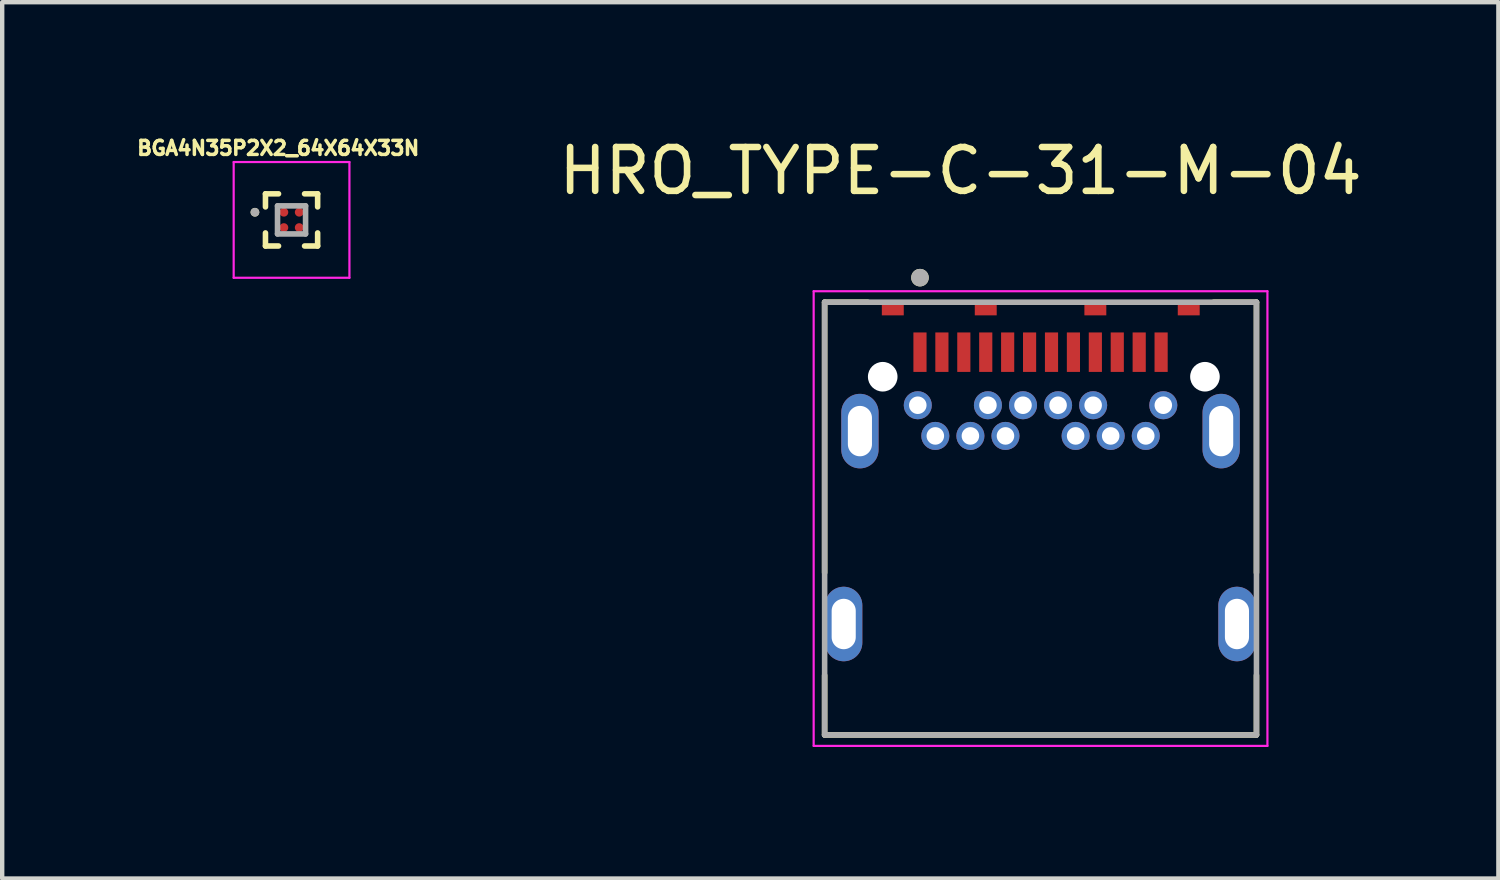
<source format=kicad_pcb>
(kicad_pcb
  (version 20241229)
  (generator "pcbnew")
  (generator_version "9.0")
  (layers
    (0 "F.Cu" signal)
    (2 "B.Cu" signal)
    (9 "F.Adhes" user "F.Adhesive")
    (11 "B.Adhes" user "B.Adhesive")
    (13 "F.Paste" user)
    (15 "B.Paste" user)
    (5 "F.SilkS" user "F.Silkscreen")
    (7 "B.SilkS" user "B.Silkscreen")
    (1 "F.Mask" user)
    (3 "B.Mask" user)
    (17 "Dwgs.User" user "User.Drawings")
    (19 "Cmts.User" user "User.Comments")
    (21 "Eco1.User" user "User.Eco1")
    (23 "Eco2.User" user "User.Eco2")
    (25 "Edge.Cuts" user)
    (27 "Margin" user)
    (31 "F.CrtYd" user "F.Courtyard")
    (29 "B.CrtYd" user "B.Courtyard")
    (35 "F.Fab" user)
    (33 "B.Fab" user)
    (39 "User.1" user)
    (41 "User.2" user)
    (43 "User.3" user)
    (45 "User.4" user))
  (footprint "HRO_TYPE-C-31-M-04"
    (layer "F.Cu")
    (at 20.684 4.983)
    (property "Reference" "HRO_TYPE-C-31-M-04" (at -1.825 -4.135 0) (layer "F.SilkS") (effects (font (size 1 1) (thickness 0.15))))
    (attr through_hole)
    (fp_line (start -4.925 5.03) (end -4.925 -1.14) (stroke (width 0.127) (type solid)) (layer "F.SilkS"))
    (fp_line (start -4.925 8.73) (end -4.925 7.37) (stroke (width 0.127) (type solid)) (layer "F.SilkS"))
    (fp_line (start -4.925 8.73) (end 4.925 8.73) (stroke (width 0.127) (type solid)) (layer "F.SilkS"))
    (fp_line (start -3.94 -1.14) (end -4.925 -1.14) (stroke (width 0.127) (type solid)) (layer "F.SilkS"))
    (fp_line (start 4.925 -1.14) (end 3.95 -1.14) (stroke (width 0.127) (type solid)) (layer "F.SilkS"))
    (fp_line (start 4.925 5.03) (end 4.925 -1.14) (stroke (width 0.127) (type solid)) (layer "F.SilkS"))
    (fp_line (start 4.925 8.73) (end 4.925 7.37) (stroke (width 0.127) (type solid)) (layer "F.SilkS"))
    (fp_circle (center -2.75 -1.7) (end -2.65 -1.7) (stroke (width 0.2) (type solid)) (fill no) (layer "F.SilkS"))
    (fp_line (start -5.175 -1.39) (end -5.175 8.98) (stroke (width 0.05) (type solid)) (layer "F.CrtYd"))
    (fp_line (start -5.175 8.98) (end 5.175 8.98) (stroke (width 0.05) (type solid)) (layer "F.CrtYd"))
    (fp_line (start 5.175 -1.39) (end -5.175 -1.39) (stroke (width 0.05) (type solid)) (layer "F.CrtYd"))
    (fp_line (start 5.175 8.98) (end 5.175 -1.39) (stroke (width 0.05) (type solid)) (layer "F.CrtYd"))
    (fp_line (start -4.925 8.73) (end -4.925 -1.14) (stroke (width 0.127) (type solid)) (layer "F.Fab"))
    (fp_line (start -4.925 8.73) (end 4.925 8.73) (stroke (width 0.127) (type solid)) (layer "F.Fab"))
    (fp_line (start 4.925 -1.14) (end -4.925 -1.14) (stroke (width 0.127) (type solid)) (layer "F.Fab"))
    (fp_line (start 4.925 8.73) (end 4.925 -1.14) (stroke (width 0.127) (type solid)) (layer "F.Fab"))
    (fp_circle (center -2.75 -1.7) (end -2.65 -1.7) (stroke (width 0.2) (type solid)) (fill no) (layer "F.Fab"))
    (pad "" np_thru_hole circle (at -3.6 0.56) (size 0.675 0.675) (drill 0.675) (layers "*.Cu" "*.Mask"))
    (pad "" np_thru_hole circle (at 3.75 0.56) (size 0.675 0.675) (drill 0.675) (layers "*.Cu" "*.Mask"))
    (pad "A1" smd rect (at -2.75 0) (size 0.3 0.9) (layers "F.Cu" "F.Mask" "F.Paste"))
    (pad "A2" smd rect (at -2.25 0) (size 0.3 0.9) (layers "F.Cu" "F.Mask" "F.Paste"))
    (pad "A3" smd rect (at -1.75 0) (size 0.3 0.9) (layers "F.Cu" "F.Mask" "F.Paste"))
    (pad "A4" smd rect (at -1.25 0) (size 0.3 0.9) (layers "F.Cu" "F.Mask" "F.Paste"))
    (pad "A5" smd rect (at -0.75 0) (size 0.3 0.9) (layers "F.Cu" "F.Mask" "F.Paste"))
    (pad "A6" smd rect (at -0.25 0) (size 0.3 0.9) (layers "F.Cu" "F.Mask" "F.Paste"))
    (pad "A7" smd rect (at 0.25 0) (size 0.3 0.9) (layers "F.Cu" "F.Mask" "F.Paste"))
    (pad "A8" smd rect (at 0.75 0) (size 0.3 0.9) (layers "F.Cu" "F.Mask" "F.Paste"))
    (pad "A9" smd rect (at 1.25 0) (size 0.3 0.9) (layers "F.Cu" "F.Mask" "F.Paste"))
    (pad "A10" smd rect (at 1.75 0) (size 0.3 0.9) (layers "F.Cu" "F.Mask" "F.Paste"))
    (pad "A11" smd rect (at 2.25 0) (size 0.3 0.9) (layers "F.Cu" "F.Mask" "F.Paste"))
    (pad "A12" smd rect (at 2.75 0) (size 0.3 0.9) (layers "F.Cu" "F.Mask" "F.Paste"))
    (pad "B1" thru_hole circle (at 2.8 1.21) (size 0.64 0.64) (drill 0.4) (layers "*.Cu" "*.Mask"))
    (pad "B2" thru_hole circle (at 2.4 1.91) (size 0.64 0.64) (drill 0.4) (layers "*.Cu" "*.Mask"))
    (pad "B3" thru_hole circle (at 1.6 1.91) (size 0.64 0.64) (drill 0.4) (layers "*.Cu" "*.Mask"))
    (pad "B4" thru_hole circle (at 1.2 1.21) (size 0.64 0.64) (drill 0.4) (layers "*.Cu" "*.Mask"))
    (pad "B5" thru_hole circle (at 0.8 1.91) (size 0.64 0.64) (drill 0.4) (layers "*.Cu" "*.Mask"))
    (pad "B6" thru_hole circle (at 0.4 1.21) (size 0.64 0.64) (drill 0.4) (layers "*.Cu" "*.Mask"))
    (pad "B7" thru_hole circle (at -0.4 1.21) (size 0.64 0.64) (drill 0.4) (layers "*.Cu" "*.Mask"))
    (pad "B8" thru_hole circle (at -0.8 1.91) (size 0.64 0.64) (drill 0.4) (layers "*.Cu" "*.Mask"))
    (pad "B9" thru_hole circle (at -1.2 1.21) (size 0.64 0.64) (drill 0.4) (layers "*.Cu" "*.Mask"))
    (pad "B10" thru_hole circle (at -1.6 1.91) (size 0.64 0.64) (drill 0.4) (layers "*.Cu" "*.Mask"))
    (pad "B11" thru_hole circle (at -2.4 1.91) (size 0.64 0.64) (drill 0.4) (layers "*.Cu" "*.Mask"))
    (pad "B12" thru_hole circle (at -2.8 1.21) (size 0.64 0.64) (drill 0.4) (layers "*.Cu" "*.Mask"))
    (pad "S1" smd rect (at -3.37 -0.99) (size 0.5 0.3) (layers "F.Cu" "F.Mask" "F.Paste"))
    (pad "S2" smd rect (at -1.25 -0.99) (size 0.5 0.3) (layers "F.Cu" "F.Mask" "F.Paste"))
    (pad "S3" smd rect (at 1.25 -0.99) (size 0.5 0.3) (layers "F.Cu" "F.Mask" "F.Paste"))
    (pad "S4" smd rect (at 3.38 -0.99) (size 0.5 0.3) (layers "F.Cu" "F.Mask" "F.Paste"))
    (pad "S5" thru_hole oval (at -4.12 1.8) (size 0.85 1.7) (drill oval 0.55 1.15) (layers "*.Cu" "*.Mask"))
    (pad "S6" thru_hole oval (at 4.12 1.8) (size 0.85 1.7) (drill oval 0.55 1.15) (layers "*.Cu" "*.Mask"))
    (pad "S7" thru_hole oval (at -4.49 6.2) (size 0.85 1.7) (drill oval 0.55 1.15) (layers "*.Cu" "*.Mask"))
    (pad "S8" thru_hole oval (at 4.48 6.2) (size 0.85 1.7) (drill oval 0.55 1.15) (layers "*.Cu" "*.Mask")))
  (footprint "BGA4N35P2X2_64X64X33N"
    (layer "F.Cu")
    (at 3.6 1.966)
    (property "Reference" "BGA4N35P2X2_64X64X33N" (at -0.304 -1.638 0) (layer "F.SilkS") (effects (font (size 0.32 0.32) (thickness 0.15))))
    (attr through_hole)
    (fp_circle (center -0.175 -0.175) (end -0.1 -0.175) (stroke (width 0.15) (type solid)) (fill no) (layer "F.Mask"))
    (fp_circle (center -0.175 0.175) (end -0.1 0.175) (stroke (width 0.15) (type solid)) (fill no) (layer "F.Mask"))
    (fp_circle (center 0.175 -0.175) (end 0.25 -0.175) (stroke (width 0.15) (type solid)) (fill no) (layer "F.Mask"))
    (fp_circle (center 0.175 0.175) (end 0.25 0.175) (stroke (width 0.15) (type solid)) (fill no) (layer "F.Mask"))
    (fp_line (start -0.595 -0.595) (end -0.595 -0.297) (stroke (width 0.127) (type solid)) (layer "F.SilkS"))
    (fp_line (start -0.595 0.297) (end -0.595 0.595) (stroke (width 0.127) (type solid)) (layer "F.SilkS"))
    (fp_line (start -0.595 0.595) (end -0.297 0.595) (stroke (width 0.127) (type solid)) (layer "F.SilkS"))
    (fp_line (start -0.297 -0.595) (end -0.595 -0.595) (stroke (width 0.127) (type solid)) (layer "F.SilkS"))
    (fp_line (start 0.297 -0.595) (end 0.595 -0.595) (stroke (width 0.127) (type solid)) (layer "F.SilkS"))
    (fp_line (start 0.595 -0.595) (end 0.595 -0.297) (stroke (width 0.127) (type solid)) (layer "F.SilkS"))
    (fp_line (start 0.595 0.297) (end 0.595 0.595) (stroke (width 0.127) (type solid)) (layer "F.SilkS"))
    (fp_line (start 0.595 0.595) (end 0.297 0.595) (stroke (width 0.127) (type solid)) (layer "F.SilkS"))
    (fp_circle (center -0.835 -0.175) (end -0.785 -0.175) (stroke (width 0.1) (type solid)) (fill no) (layer "F.SilkS"))
    (fp_line (start -1.32 -1.32) (end 1.32 -1.32) (stroke (width 0.05) (type solid)) (layer "F.CrtYd"))
    (fp_line (start -1.32 1.32) (end -1.32 -1.32) (stroke (width 0.05) (type solid)) (layer "F.CrtYd"))
    (fp_line (start -1.32 1.32) (end 1.32 1.32) (stroke (width 0.05) (type solid)) (layer "F.CrtYd"))
    (fp_line (start 1.32 1.32) (end 1.32 -1.32) (stroke (width 0.05) (type solid)) (layer "F.CrtYd"))
    (fp_line (start -0.32 0.32) (end -0.32 -0.32) (stroke (width 0.127) (type solid)) (layer "F.Fab"))
    (fp_line (start 0.32 -0.32) (end -0.32 -0.32) (stroke (width 0.127) (type solid)) (layer "F.Fab"))
    (fp_line (start 0.32 0.32) (end -0.32 0.32) (stroke (width 0.127) (type solid)) (layer "F.Fab"))
    (fp_line (start 0.32 0.32) (end 0.32 -0.32) (stroke (width 0.127) (type solid)) (layer "F.Fab"))
    (fp_circle (center -0.835 -0.175) (end -0.785 -0.175) (stroke (width 0.1) (type solid)) (fill no) (layer "F.Fab"))
    (pad "A1" smd circle (at -0.175 -0.175) (size 0.2 0.2) (layers "F.Cu" "F.Paste"))
    (pad "A2" smd circle (at 0.175 -0.175) (size 0.2 0.2) (layers "F.Cu" "F.Paste"))
    (pad "B1" smd circle (at -0.175 0.175) (size 0.2 0.2) (layers "F.Cu" "F.Paste"))
    (pad "B2" smd circle (at 0.175 0.175) (size 0.2 0.2) (layers "F.Cu" "F.Paste")))
  (gr_rect
    (start -3 -3)
    (end 31.127 16.988)
    (stroke (width 0.1) (type default))
    (fill no)
    (layer "Edge.Cuts")))
</source>
